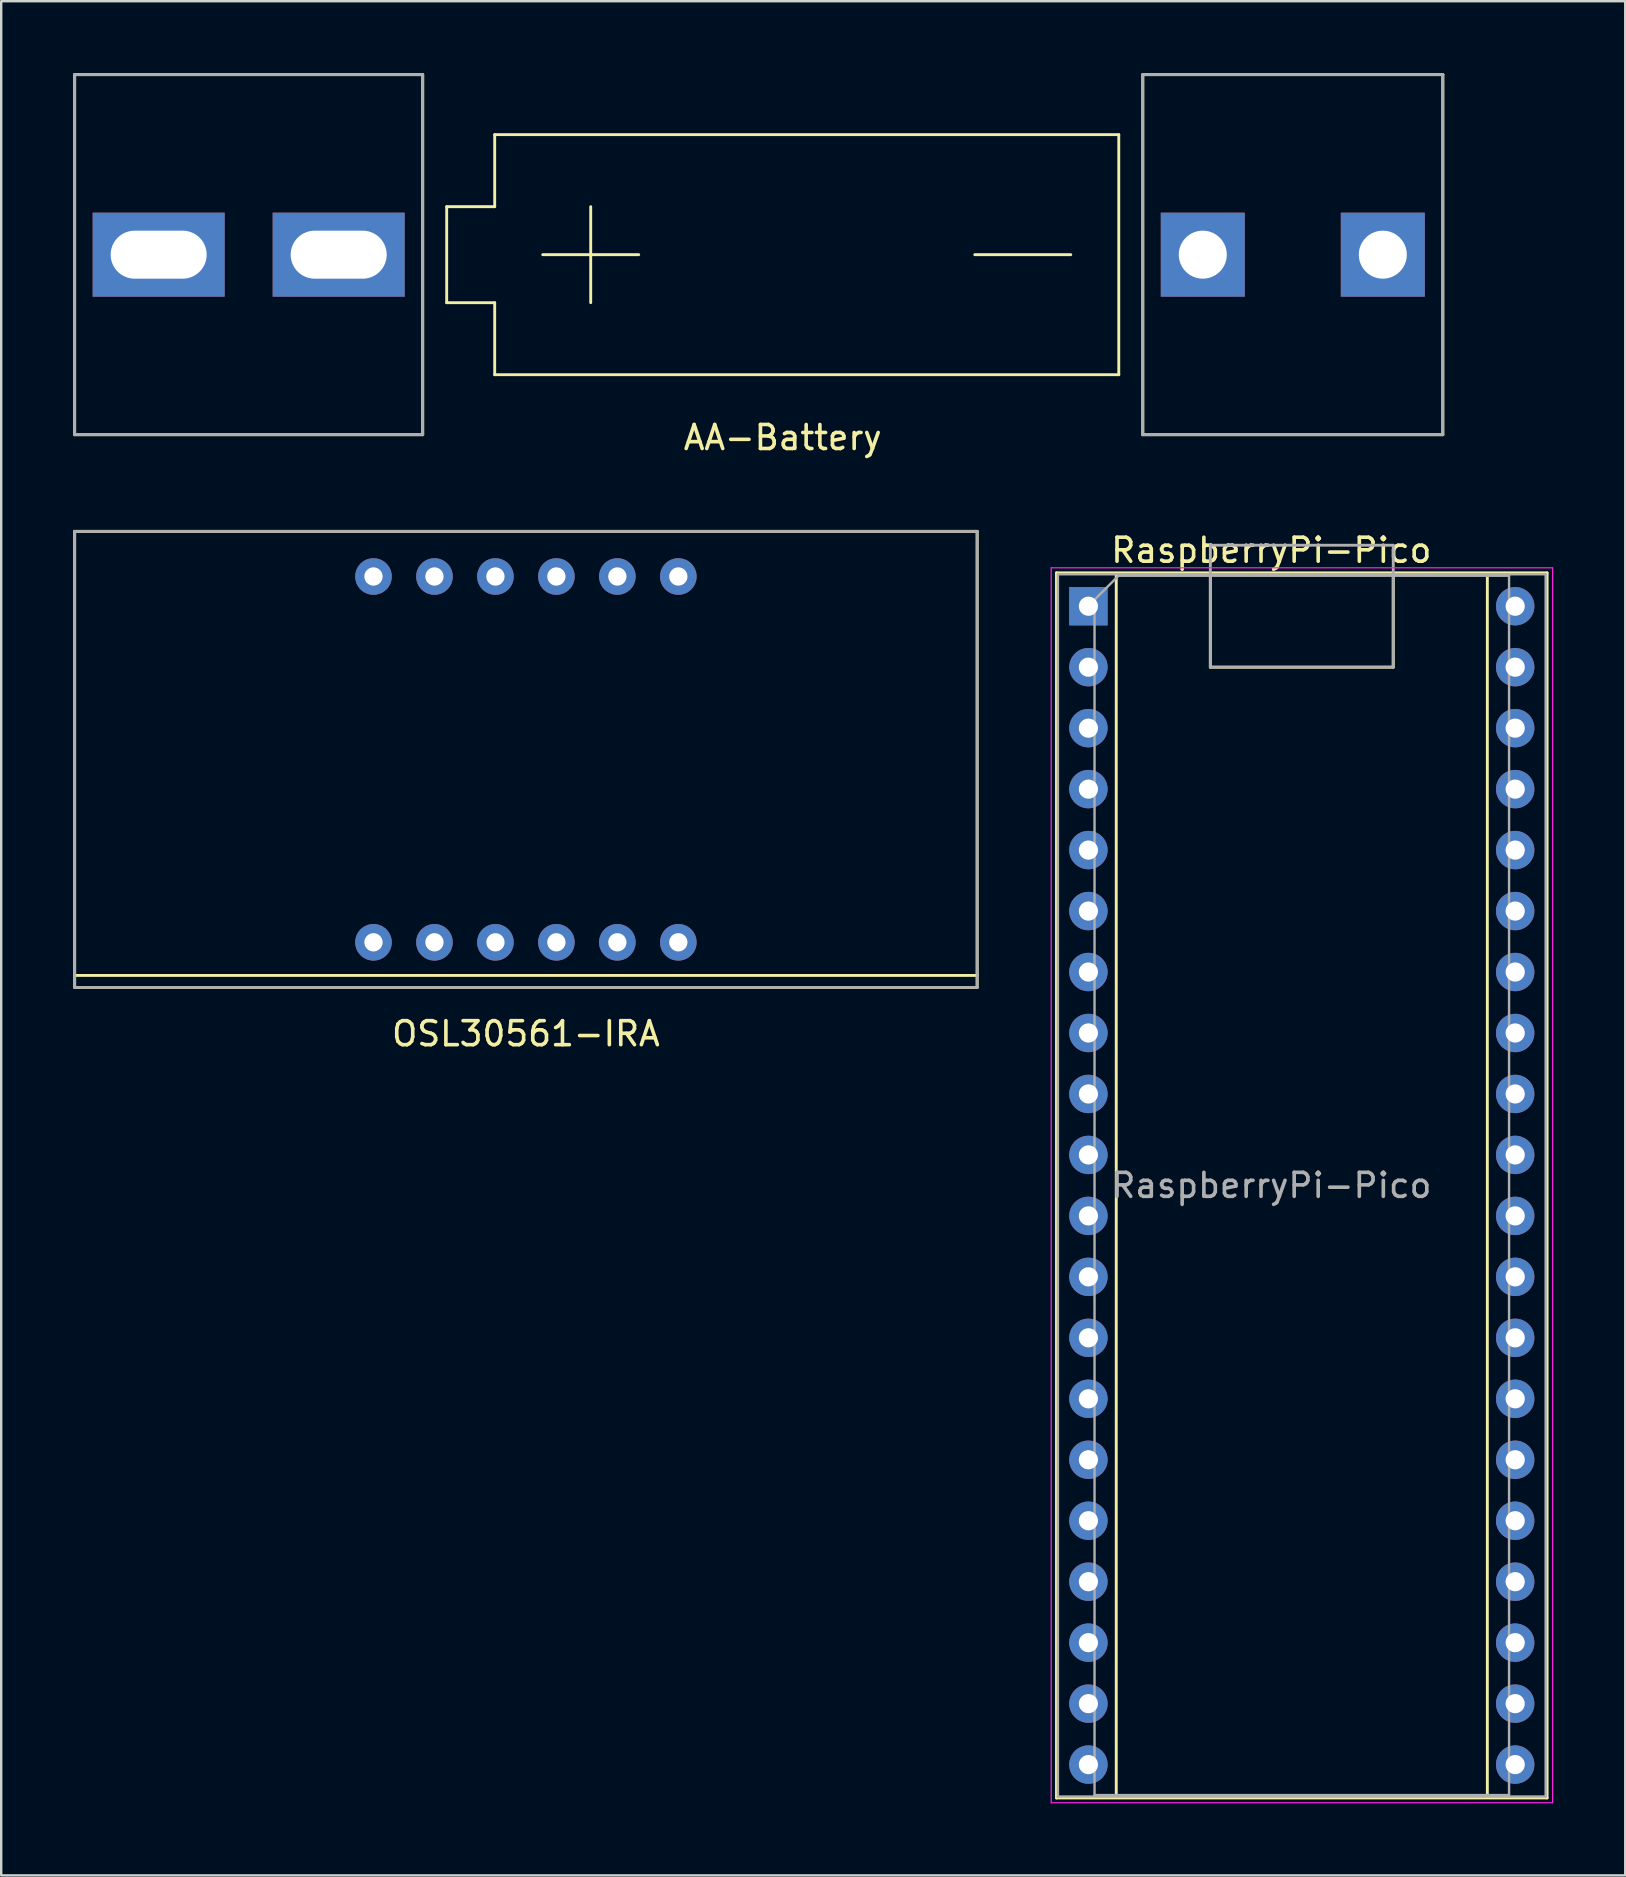
<source format=kicad_pcb>
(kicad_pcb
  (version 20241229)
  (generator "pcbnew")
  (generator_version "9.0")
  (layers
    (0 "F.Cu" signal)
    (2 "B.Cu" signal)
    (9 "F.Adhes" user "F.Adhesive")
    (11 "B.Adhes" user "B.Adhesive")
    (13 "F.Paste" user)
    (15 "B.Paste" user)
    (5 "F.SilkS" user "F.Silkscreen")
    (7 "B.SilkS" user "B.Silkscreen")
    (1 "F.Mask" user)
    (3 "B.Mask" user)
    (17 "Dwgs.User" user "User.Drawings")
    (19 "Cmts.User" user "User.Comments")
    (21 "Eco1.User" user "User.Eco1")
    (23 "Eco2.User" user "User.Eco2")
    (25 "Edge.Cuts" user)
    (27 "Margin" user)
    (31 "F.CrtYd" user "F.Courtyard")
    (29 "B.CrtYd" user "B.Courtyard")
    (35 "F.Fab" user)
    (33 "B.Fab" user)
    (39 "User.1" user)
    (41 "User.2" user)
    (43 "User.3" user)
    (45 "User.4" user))
  (footprint "AA-Battery"
    (layer "F.Cu")
    (at 29.56 7.56)
    (property "Reference" "AA-Battery" (at 0 7.62 0) (layer "F.SilkS") (effects (font (size 1 1) (thickness 0.15))))
    (attr through_hole)
    (fp_line (start -29.5 -7.5) (end -15 -7.5) (stroke (width 0.12) (type solid)) (layer "F.SilkS"))
    (fp_line (start -29.5 7.5) (end -29.5 -7.5) (stroke (width 0.12) (type solid)) (layer "F.SilkS"))
    (fp_line (start -15 -7.5) (end -15 7.5) (stroke (width 0.12) (type solid)) (layer "F.SilkS"))
    (fp_line (start -15 7.5) (end -29.5 7.5) (stroke (width 0.12) (type solid)) (layer "F.SilkS"))
    (fp_line (start -14 -2) (end -14 2) (stroke (width 0.12) (type solid)) (layer "F.SilkS"))
    (fp_line (start -14 2) (end -12 2) (stroke (width 0.12) (type solid)) (layer "F.SilkS"))
    (fp_line (start -12 -5) (end -12 -2) (stroke (width 0.12) (type solid)) (layer "F.SilkS"))
    (fp_line (start -12 -2) (end -14 -2) (stroke (width 0.12) (type solid)) (layer "F.SilkS"))
    (fp_line (start -12 2) (end -12 5) (stroke (width 0.12) (type solid)) (layer "F.SilkS"))
    (fp_line (start -12 5) (end 14 5) (stroke (width 0.12) (type solid)) (layer "F.SilkS"))
    (fp_line (start -10 0) (end -6 0) (stroke (width 0.12) (type solid)) (layer "F.SilkS"))
    (fp_line (start -8 -2) (end -8 2) (stroke (width 0.12) (type solid)) (layer "F.SilkS"))
    (fp_line (start 12 0) (end 8 0) (stroke (width 0.12) (type solid)) (layer "F.SilkS"))
    (fp_line (start 14 -5) (end -12 -5) (stroke (width 0.12) (type solid)) (layer "F.SilkS"))
    (fp_line (start 14 5) (end 14 -5) (stroke (width 0.12) (type solid)) (layer "F.SilkS"))
    (fp_line (start 15 -7.5) (end 15 7.5) (stroke (width 0.12) (type solid)) (layer "F.SilkS"))
    (fp_line (start 15 7.5) (end 27.5 7.5) (stroke (width 0.12) (type solid)) (layer "F.SilkS"))
    (fp_line (start 27.5 -7.5) (end 15 -7.5) (stroke (width 0.12) (type solid)) (layer "F.SilkS"))
    (fp_line (start 27.5 7.5) (end 27.5 -7.5) (stroke (width 0.12) (type solid)) (layer "F.SilkS"))
    (fp_line (start -29.5 -7.5) (end -29.5 7.5) (stroke (width 0.12) (type solid)) (layer "F.Fab"))
    (fp_line (start -29.5 7.5) (end -15 7.5) (stroke (width 0.12) (type solid)) (layer "F.Fab"))
    (fp_line (start -15 -7.5) (end -29.5 -7.5) (stroke (width 0.12) (type solid)) (layer "F.Fab"))
    (fp_line (start -15 7.5) (end -15 -7.5) (stroke (width 0.12) (type solid)) (layer "F.Fab"))
    (fp_line (start 15 -7.5) (end 15 7.5) (stroke (width 0.12) (type solid)) (layer "F.Fab"))
    (fp_line (start 15 7.5) (end 27.5 7.5) (stroke (width 0.12) (type solid)) (layer "F.Fab"))
    (fp_line (start 27.5 -7.5) (end 15 -7.5) (stroke (width 0.12) (type solid)) (layer "F.Fab"))
    (fp_line (start 27.5 7.5) (end 27.5 -7.5) (stroke (width 0.12) (type solid)) (layer "F.Fab"))
    (pad "1" thru_hole rect (at -26 0) (size 5.5 3.5) (drill oval 4 2) (layers "*.Cu" "*.Mask"))
    (pad "1" thru_hole rect (at -18.5 0) (size 5.5 3.5) (drill oval 4 2) (layers "*.Cu" "*.Mask"))
    (pad "2" thru_hole rect (at 17.5 0) (size 3.5 3.5) (drill 2) (layers "*.Cu" "*.Mask"))
    (pad "2" thru_hole rect (at 25 0) (size 3.5 3.5) (drill 2) (layers "*.Cu" "*.Mask")))
  (footprint "RaspberryPi-Pico"
    (layer "F.Cu")
    (at 42.295 22.206)
    (property "Reference" "RaspberryPi-Pico" (at 7.62 -2.33 0) (layer "F.SilkS") (effects (font (size 1 1) (thickness 0.15))))
    (attr through_hole)
    (fp_line (start -1.33 -1.39) (end -1.33 49.65) (stroke (width 0.12) (type solid)) (layer "F.SilkS"))
    (fp_line (start -1.33 49.65) (end 19.11 49.65) (stroke (width 0.12) (type solid)) (layer "F.SilkS"))
    (fp_line (start 1.16 -1.33) (end 1.16 49.59) (stroke (width 0.12) (type solid)) (layer "F.SilkS"))
    (fp_line (start 1.16 49.59) (end 16.62 49.59) (stroke (width 0.12) (type solid)) (layer "F.SilkS"))
    (fp_line (start 5.08 2.54) (end 5.08 -1.27) (stroke (width 0.12) (type solid)) (layer "F.SilkS"))
    (fp_line (start 12.7 -1.27) (end 12.7 2.54) (stroke (width 0.12) (type solid)) (layer "F.SilkS"))
    (fp_line (start 12.7 2.54) (end 5.08 2.54) (stroke (width 0.12) (type solid)) (layer "F.SilkS"))
    (fp_line (start 16.62 -1.33) (end 1.16 -1.33) (stroke (width 0.12) (type solid)) (layer "F.SilkS"))
    (fp_line (start 16.62 49.59) (end 16.62 -1.33) (stroke (width 0.12) (type solid)) (layer "F.SilkS"))
    (fp_line (start 19.11 -1.39) (end -1.33 -1.39) (stroke (width 0.12) (type solid)) (layer "F.SilkS"))
    (fp_line (start 19.11 49.65) (end 19.11 -1.39) (stroke (width 0.12) (type solid)) (layer "F.SilkS"))
    (fp_line (start -1.55 -1.6) (end -1.55 49.85) (stroke (width 0.05) (type solid)) (layer "F.CrtYd"))
    (fp_line (start -1.55 49.85) (end 19.34 49.85) (stroke (width 0.05) (type solid)) (layer "F.CrtYd"))
    (fp_line (start 19.34 -1.6) (end -1.55 -1.6) (stroke (width 0.05) (type solid)) (layer "F.CrtYd"))
    (fp_line (start 19.34 49.85) (end 19.34 -1.6) (stroke (width 0.05) (type solid)) (layer "F.CrtYd"))
    (fp_line (start -1.27 -1.33) (end -1.27 49.59) (stroke (width 0.1) (type solid)) (layer "F.Fab"))
    (fp_line (start -1.27 49.59) (end 19.05 49.59) (stroke (width 0.1) (type solid)) (layer "F.Fab"))
    (fp_line (start 0.255 -0.27) (end 1.255 -1.27) (stroke (width 0.1) (type solid)) (layer "F.Fab"))
    (fp_line (start 0.255 49.53) (end 0.255 -0.27) (stroke (width 0.1) (type solid)) (layer "F.Fab"))
    (fp_line (start 1.255 -1.27) (end 17.525 -1.27) (stroke (width 0.1) (type solid)) (layer "F.Fab"))
    (fp_line (start 5.08 -2.54) (end 12.7 -2.54) (stroke (width 0.12) (type solid)) (layer "F.Fab"))
    (fp_line (start 5.08 2.54) (end 5.08 -2.54) (stroke (width 0.12) (type solid)) (layer "F.Fab"))
    (fp_line (start 12.7 -2.54) (end 12.7 2.54) (stroke (width 0.12) (type solid)) (layer "F.Fab"))
    (fp_line (start 12.7 2.54) (end 5.08 2.54) (stroke (width 0.12) (type solid)) (layer "F.Fab"))
    (fp_line (start 17.525 -1.27) (end 17.525 49.53) (stroke (width 0.1) (type solid)) (layer "F.Fab"))
    (fp_line (start 17.525 49.53) (end 0.255 49.53) (stroke (width 0.1) (type solid)) (layer "F.Fab"))
    (fp_line (start 19.05 -1.33) (end -1.27 -1.33) (stroke (width 0.1) (type solid)) (layer "F.Fab"))
    (fp_line (start 19.05 49.59) (end 19.05 -1.33) (stroke (width 0.1) (type solid)) (layer "F.Fab"))
    (fp_text user "${REFERENCE}" (at 7.62 24.13 0) (layer "F.Fab") (effects (font (size 1 1) (thickness 0.15))))
    (pad "1" thru_hole rect (at 0 0) (size 1.6 1.6) (drill 0.8) (layers "*.Cu" "*.Mask"))
    (pad "2" thru_hole oval (at 0 2.54) (size 1.6 1.6) (drill 0.8) (layers "*.Cu" "*.Mask"))
    (pad "3" thru_hole oval (at 0 5.08) (size 1.6 1.6) (drill 0.8) (layers "*.Cu" "*.Mask"))
    (pad "4" thru_hole oval (at 0 7.62) (size 1.6 1.6) (drill 0.8) (layers "*.Cu" "*.Mask"))
    (pad "5" thru_hole oval (at 0 10.16) (size 1.6 1.6) (drill 0.8) (layers "*.Cu" "*.Mask"))
    (pad "6" thru_hole oval (at 0 12.7) (size 1.6 1.6) (drill 0.8) (layers "*.Cu" "*.Mask"))
    (pad "7" thru_hole oval (at 0 15.24) (size 1.6 1.6) (drill 0.8) (layers "*.Cu" "*.Mask"))
    (pad "8" thru_hole oval (at 0 17.78) (size 1.6 1.6) (drill 0.8) (layers "*.Cu" "*.Mask"))
    (pad "9" thru_hole oval (at 0 20.32) (size 1.6 1.6) (drill 0.8) (layers "*.Cu" "*.Mask"))
    (pad "10" thru_hole oval (at 0 22.86) (size 1.6 1.6) (drill 0.8) (layers "*.Cu" "*.Mask"))
    (pad "11" thru_hole oval (at 0 25.4) (size 1.6 1.6) (drill 0.8) (layers "*.Cu" "*.Mask"))
    (pad "12" thru_hole oval (at 0 27.94) (size 1.6 1.6) (drill 0.8) (layers "*.Cu" "*.Mask"))
    (pad "13" thru_hole oval (at 0 30.48) (size 1.6 1.6) (drill 0.8) (layers "*.Cu" "*.Mask"))
    (pad "14" thru_hole oval (at 0 33.02) (size 1.6 1.6) (drill 0.8) (layers "*.Cu" "*.Mask"))
    (pad "15" thru_hole oval (at 0 35.56) (size 1.6 1.6) (drill 0.8) (layers "*.Cu" "*.Mask"))
    (pad "16" thru_hole oval (at 0 38.1) (size 1.6 1.6) (drill 0.8) (layers "*.Cu" "*.Mask"))
    (pad "17" thru_hole oval (at 0 40.64) (size 1.6 1.6) (drill 0.8) (layers "*.Cu" "*.Mask"))
    (pad "18" thru_hole oval (at 0 43.18) (size 1.6 1.6) (drill 0.8) (layers "*.Cu" "*.Mask"))
    (pad "19" thru_hole oval (at 0 45.72) (size 1.6 1.6) (drill 0.8) (layers "*.Cu" "*.Mask"))
    (pad "20" thru_hole oval (at 0 48.26) (size 1.6 1.6) (drill 0.8) (layers "*.Cu" "*.Mask"))
    (pad "21" thru_hole oval (at 17.78 48.26) (size 1.6 1.6) (drill 0.8) (layers "*.Cu" "*.Mask"))
    (pad "22" thru_hole oval (at 17.78 45.72) (size 1.6 1.6) (drill 0.8) (layers "*.Cu" "*.Mask"))
    (pad "23" thru_hole oval (at 17.78 43.18) (size 1.6 1.6) (drill 0.8) (layers "*.Cu" "*.Mask"))
    (pad "24" thru_hole oval (at 17.78 40.64) (size 1.6 1.6) (drill 0.8) (layers "*.Cu" "*.Mask"))
    (pad "25" thru_hole oval (at 17.78 38.1) (size 1.6 1.6) (drill 0.8) (layers "*.Cu" "*.Mask"))
    (pad "26" thru_hole oval (at 17.78 35.56) (size 1.6 1.6) (drill 0.8) (layers "*.Cu" "*.Mask"))
    (pad "27" thru_hole oval (at 17.78 33.02) (size 1.6 1.6) (drill 0.8) (layers "*.Cu" "*.Mask"))
    (pad "28" thru_hole oval (at 17.78 30.48) (size 1.6 1.6) (drill 0.8) (layers "*.Cu" "*.Mask"))
    (pad "29" thru_hole oval (at 17.78 27.94) (size 1.6 1.6) (drill 0.8) (layers "*.Cu" "*.Mask"))
    (pad "30" thru_hole oval (at 17.78 25.4) (size 1.6 1.6) (drill 0.8) (layers "*.Cu" "*.Mask"))
    (pad "31" thru_hole oval (at 17.78 22.86) (size 1.6 1.6) (drill 0.8) (layers "*.Cu" "*.Mask"))
    (pad "32" thru_hole oval (at 17.78 20.32) (size 1.6 1.6) (drill 0.8) (layers "*.Cu" "*.Mask"))
    (pad "33" thru_hole oval (at 17.78 17.78) (size 1.6 1.6) (drill 0.8) (layers "*.Cu" "*.Mask"))
    (pad "34" thru_hole oval (at 17.78 15.24) (size 1.6 1.6) (drill 0.8) (layers "*.Cu" "*.Mask"))
    (pad "35" thru_hole oval (at 17.78 12.7) (size 1.6 1.6) (drill 0.8) (layers "*.Cu" "*.Mask"))
    (pad "36" thru_hole oval (at 17.78 10.16) (size 1.6 1.6) (drill 0.8) (layers "*.Cu" "*.Mask"))
    (pad "37" thru_hole oval (at 17.78 7.62) (size 1.6 1.6) (drill 0.8) (layers "*.Cu" "*.Mask"))
    (pad "38" thru_hole oval (at 17.78 5.08) (size 1.6 1.6) (drill 0.8) (layers "*.Cu" "*.Mask"))
    (pad "39" thru_hole oval (at 17.78 2.54) (size 1.6 1.6) (drill 0.8) (layers "*.Cu" "*.Mask"))
    (pad "40" thru_hole oval (at 17.78 0) (size 1.6 1.6) (drill 0.8) (layers "*.Cu" "*.Mask")))
  (footprint "OSL30561-IRA"
    (layer "F.Cu")
    (at 18.86 28.588)
    (property "Reference" "OSL30561-IRA" (at 0 11.43 0) (layer "F.SilkS") (effects (font (size 1 1) (thickness 0.15))))
    (attr through_hole)
    (fp_line (start -18.8 -9.5) (end -18.8 9.5) (stroke (width 0.12) (type solid)) (layer "F.SilkS"))
    (fp_line (start -18.8 -9.5) (end 18.8 -9.5) (stroke (width 0.12) (type solid)) (layer "F.SilkS"))
    (fp_line (start -18.8 9) (end 18.8 9) (stroke (width 0.12) (type solid)) (layer "F.SilkS"))
    (fp_line (start -18.8 9.5) (end 18.8 9.5) (stroke (width 0.12) (type solid)) (layer "F.SilkS"))
    (fp_line (start 18.8 -9.5) (end 18.8 9.5) (stroke (width 0.12) (type solid)) (layer "F.SilkS"))
    (fp_line (start -18.8 -9.5) (end -18.8 9.5) (stroke (width 0.12) (type solid)) (layer "F.Fab"))
    (fp_line (start -18.8 -9.5) (end 18.8 -9.5) (stroke (width 0.12) (type solid)) (layer "F.Fab"))
    (fp_line (start -18.8 9.5) (end 18.8 9.5) (stroke (width 0.12) (type solid)) (layer "F.Fab"))
    (fp_line (start 18.8 -9.5) (end 18.8 9.5) (stroke (width 0.12) (type solid)) (layer "F.Fab"))
    (pad "1" thru_hole circle (at -6.35 7.62) (size 1.524 1.524) (drill 0.762) (layers "*.Cu" "*.Mask"))
    (pad "2" thru_hole circle (at -3.81 7.62) (size 1.524 1.524) (drill 0.762) (layers "*.Cu" "*.Mask"))
    (pad "3" thru_hole circle (at -1.27 7.62) (size 1.524 1.524) (drill 0.762) (layers "*.Cu" "*.Mask"))
    (pad "4" thru_hole circle (at 1.27 7.62) (size 1.524 1.524) (drill 0.762) (layers "*.Cu" "*.Mask"))
    (pad "5" thru_hole circle (at 3.81 7.62) (size 1.524 1.524) (drill 0.762) (layers "*.Cu" "*.Mask"))
    (pad "6" thru_hole circle (at 6.35 7.62) (size 1.524 1.524) (drill 0.762) (layers "*.Cu" "*.Mask"))
    (pad "7" thru_hole circle (at 6.35 -7.62) (size 1.524 1.524) (drill 0.762) (layers "*.Cu" "*.Mask"))
    (pad "8" thru_hole circle (at 3.81 -7.62) (size 1.524 1.524) (drill 0.762) (layers "*.Cu" "*.Mask"))
    (pad "9" thru_hole circle (at 1.27 -7.62) (size 1.524 1.524) (drill 0.762) (layers "*.Cu" "*.Mask"))
    (pad "10" thru_hole circle (at -1.27 -7.62) (size 1.524 1.524) (drill 0.762) (layers "*.Cu" "*.Mask"))
    (pad "11" thru_hole circle (at -3.81 -7.62) (size 1.524 1.524) (drill 0.762) (layers "*.Cu" "*.Mask"))
    (pad "12" thru_hole circle (at -6.35 -7.62) (size 1.524 1.524) (drill 0.762) (layers "*.Cu" "*.Mask")))
  (gr_rect
    (start -3 -3)
    (end 64.66 75.082)
    (stroke (width 0.1) (type default))
    (fill no)
    (layer "Edge.Cuts")))
</source>
